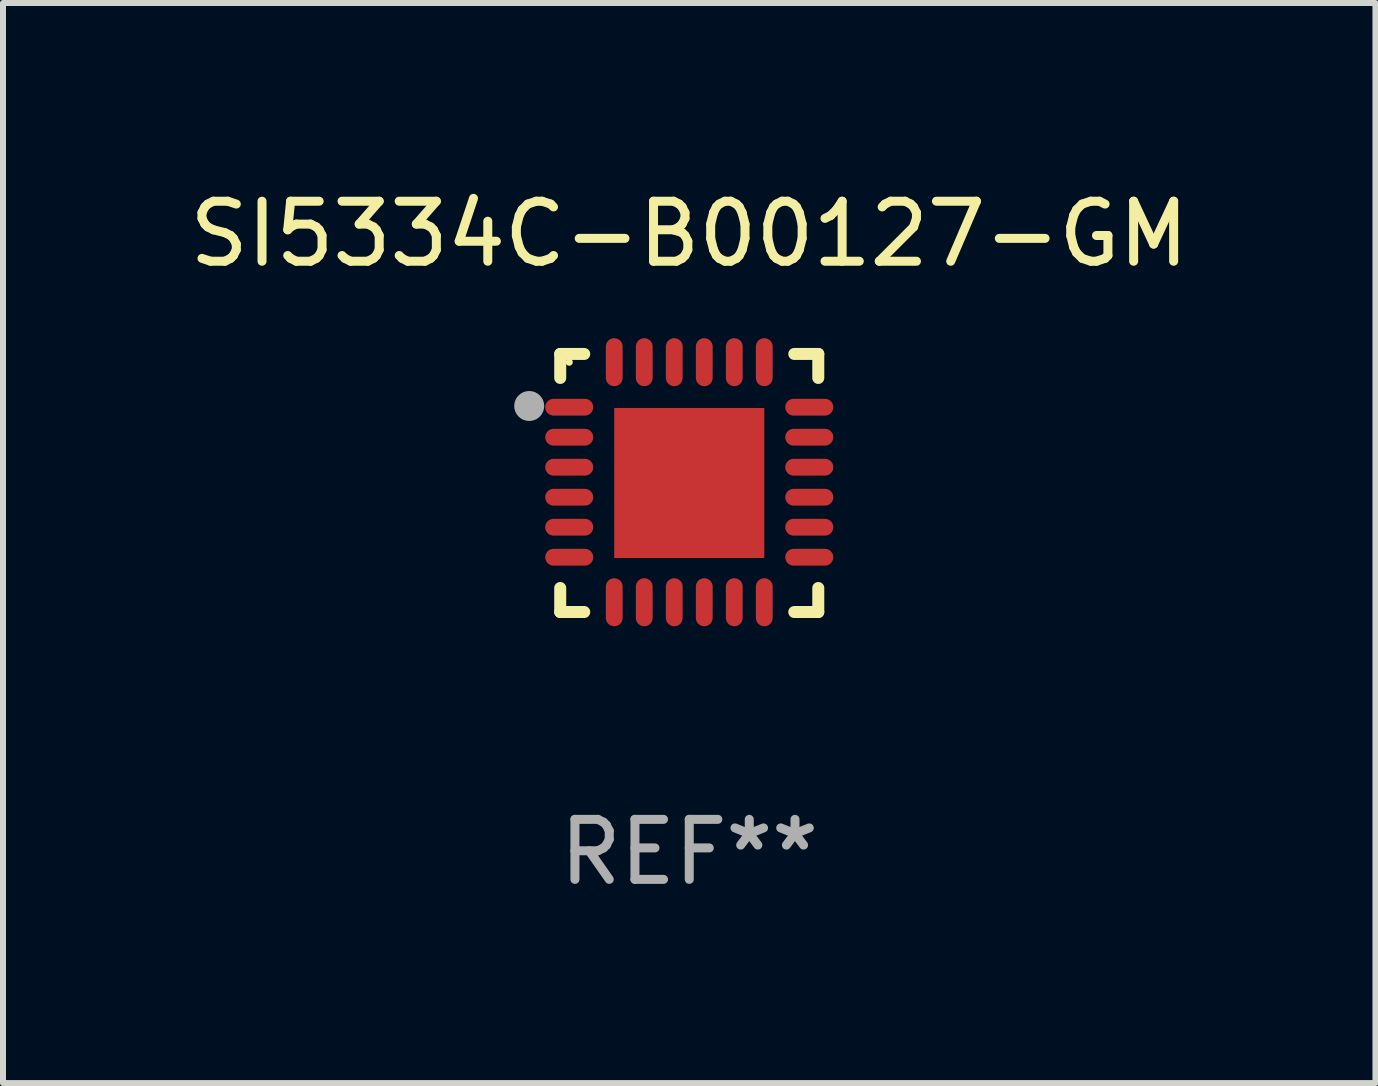
<source format=kicad_pcb>
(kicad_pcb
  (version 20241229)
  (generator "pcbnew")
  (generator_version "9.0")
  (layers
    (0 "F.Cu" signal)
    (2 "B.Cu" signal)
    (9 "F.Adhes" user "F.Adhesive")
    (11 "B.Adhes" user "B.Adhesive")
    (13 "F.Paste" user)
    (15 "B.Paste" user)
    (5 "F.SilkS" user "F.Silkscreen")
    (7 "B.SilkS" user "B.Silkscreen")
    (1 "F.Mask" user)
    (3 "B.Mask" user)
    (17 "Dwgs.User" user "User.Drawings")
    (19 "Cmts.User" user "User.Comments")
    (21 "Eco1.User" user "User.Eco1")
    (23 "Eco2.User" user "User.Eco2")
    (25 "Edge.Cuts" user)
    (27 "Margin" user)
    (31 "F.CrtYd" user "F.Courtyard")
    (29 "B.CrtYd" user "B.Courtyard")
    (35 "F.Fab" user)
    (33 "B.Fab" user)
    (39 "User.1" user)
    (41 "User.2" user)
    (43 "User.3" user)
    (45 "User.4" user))
  (footprint "SI5334C-B00127-GM"
    (layer "F.Cu")
    (at 8.435 4.998)
    (property "Reference" "SI5334C-B00127-GM" (at 0 -4.15 0) (layer "F.SilkS") (effects (font (size 1 1) (thickness 0.15))))
    (attr through_hole)
    (fp_line (start -2.15 -2.15) (end -1.75 -2.15) (stroke (width 0.2) (type solid)) (layer "F.SilkS"))
    (fp_line (start -2.15 -1.75) (end -2.15 -2.15) (stroke (width 0.2) (type solid)) (layer "F.SilkS"))
    (fp_line (start -2.15 2.15) (end -2.15 1.75) (stroke (width 0.2) (type solid)) (layer "F.SilkS"))
    (fp_line (start -1.75 2.15) (end -2.15 2.15) (stroke (width 0.2) (type solid)) (layer "F.SilkS"))
    (fp_line (start 1.75 -2.15) (end 2.15 -2.15) (stroke (width 0.2) (type solid)) (layer "F.SilkS"))
    (fp_line (start 1.75 2.15) (end 2.15 2.15) (stroke (width 0.2) (type solid)) (layer "F.SilkS"))
    (fp_line (start 2.15 -2.15) (end 2.15 -1.75) (stroke (width 0.2) (type solid)) (layer "F.SilkS"))
    (fp_line (start 2.15 2.15) (end 2.15 1.75) (stroke (width 0.2) (type solid)) (layer "F.SilkS"))
    (fp_circle (center -2 -2.013) (end -1.97 -2.013) (stroke (width 0.06) (type solid)) (fill no) (layer "F.SilkS"))
    (fp_circle (center -2.667 -1.283) (end -2.542 -1.283) (stroke (width 0.25) (type solid)) (fill no) (layer "F.Fab"))
    (fp_text user "REF**" (at 0 6.15 0) (layer "F.Fab") (effects (font (size 1 1) (thickness 0.15))))
    (pad "1" smd oval (at -2 -1.263) (size 0.8 0.28) (layers "F.Cu" "F.Mask" "F.Paste"))
    (pad "2" smd oval (at -2 -0.763) (size 0.8 0.28) (layers "F.Cu" "F.Mask" "F.Paste"))
    (pad "3" smd oval (at -2 -0.263) (size 0.8 0.28) (layers "F.Cu" "F.Mask" "F.Paste"))
    (pad "4" smd oval (at -2 0.237) (size 0.8 0.28) (layers "F.Cu" "F.Mask" "F.Paste"))
    (pad "5" smd oval (at -2 0.737) (size 0.8 0.28) (layers "F.Cu" "F.Mask" "F.Paste"))
    (pad "6" smd oval (at -2 1.237) (size 0.8 0.28) (layers "F.Cu" "F.Mask" "F.Paste"))
    (pad "7" smd oval (at -1.25 1.987) (size 0.28 0.8) (layers "F.Cu" "F.Mask" "F.Paste"))
    (pad "8" smd oval (at -0.75 1.987) (size 0.28 0.8) (layers "F.Cu" "F.Mask" "F.Paste"))
    (pad "9" smd oval (at -0.25 1.987) (size 0.28 0.8) (layers "F.Cu" "F.Mask" "F.Paste"))
    (pad "10" smd oval (at 0.25 1.987) (size 0.28 0.8) (layers "F.Cu" "F.Mask" "F.Paste"))
    (pad "11" smd oval (at 0.75 1.987) (size 0.28 0.8) (layers "F.Cu" "F.Mask" "F.Paste"))
    (pad "12" smd oval (at 1.25 1.987) (size 0.28 0.8) (layers "F.Cu" "F.Mask" "F.Paste"))
    (pad "13" smd oval (at 2 1.237) (size 0.8 0.28) (layers "F.Cu" "F.Mask" "F.Paste"))
    (pad "14" smd oval (at 2 0.737) (size 0.8 0.28) (layers "F.Cu" "F.Mask" "F.Paste"))
    (pad "15" smd oval (at 2 0.237) (size 0.8 0.28) (layers "F.Cu" "F.Mask" "F.Paste"))
    (pad "16" smd oval (at 2 -0.263) (size 0.8 0.28) (layers "F.Cu" "F.Mask" "F.Paste"))
    (pad "17" smd oval (at 2 -0.763) (size 0.8 0.28) (layers "F.Cu" "F.Mask" "F.Paste"))
    (pad "18" smd oval (at 2 -1.263) (size 0.8 0.28) (layers "F.Cu" "F.Mask" "F.Paste"))
    (pad "19" smd oval (at 1.25 -2.013) (size 0.28 0.8) (layers "F.Cu" "F.Mask" "F.Paste"))
    (pad "20" smd oval (at 0.75 -2.013) (size 0.28 0.8) (layers "F.Cu" "F.Mask" "F.Paste"))
    (pad "21" smd oval (at 0.25 -2.013) (size 0.28 0.8) (layers "F.Cu" "F.Mask" "F.Paste"))
    (pad "22" smd oval (at -0.25 -2.013) (size 0.28 0.8) (layers "F.Cu" "F.Mask" "F.Paste"))
    (pad "23" smd oval (at -0.75 -2.013) (size 0.28 0.8) (layers "F.Cu" "F.Mask" "F.Paste"))
    (pad "24" smd oval (at -1.25 -2.013) (size 0.28 0.8) (layers "F.Cu" "F.Mask" "F.Paste"))
    (pad "25" smd rect (at -0.000127 -0.00014) (size 2.5 2.5) (layers "F.Cu" "F.Mask" "F.Paste")))
  (gr_rect
    (start -3 -3)
    (end 19.869 14.997)
    (stroke (width 0.1) (type default))
    (fill no)
    (layer "Edge.Cuts")))
</source>
